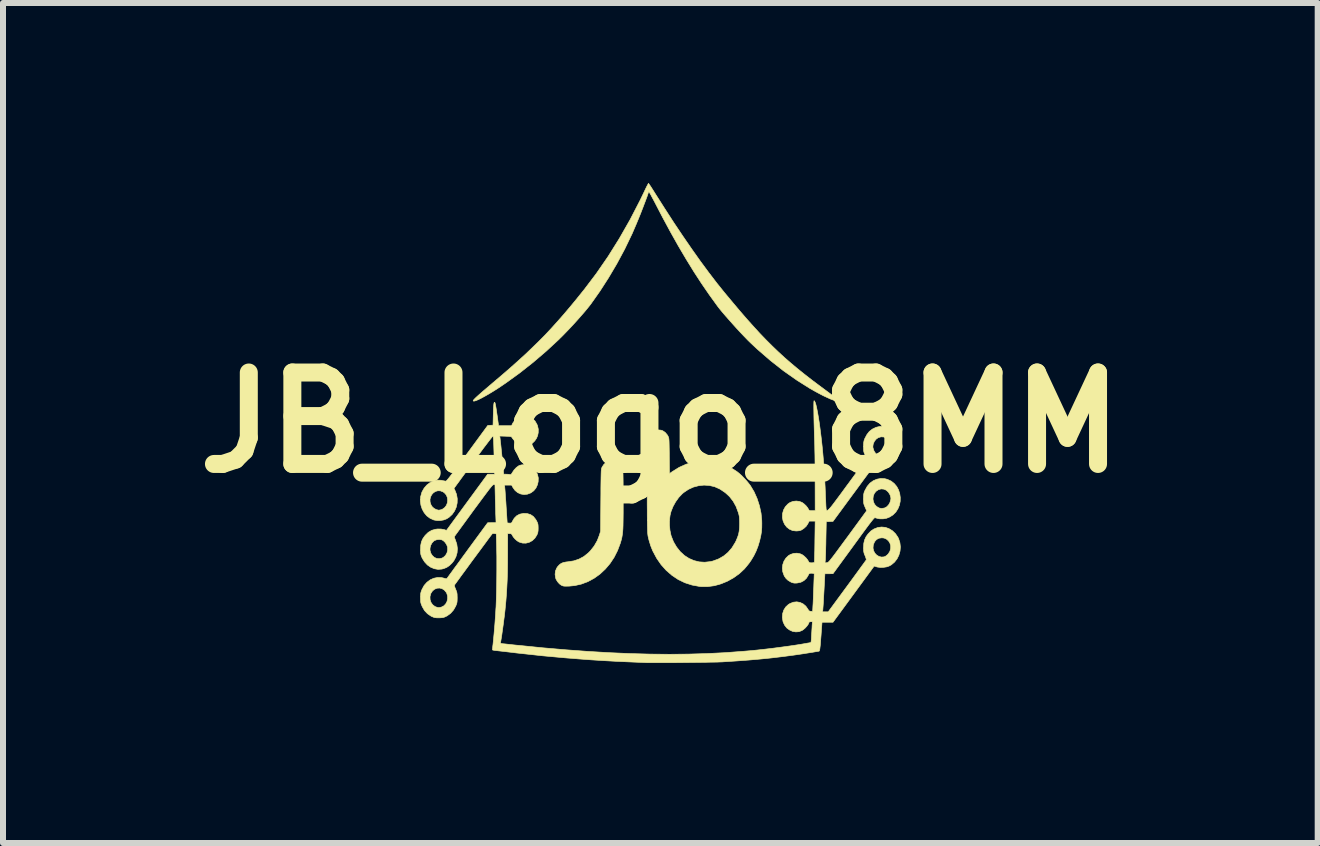
<source format=kicad_pcb>
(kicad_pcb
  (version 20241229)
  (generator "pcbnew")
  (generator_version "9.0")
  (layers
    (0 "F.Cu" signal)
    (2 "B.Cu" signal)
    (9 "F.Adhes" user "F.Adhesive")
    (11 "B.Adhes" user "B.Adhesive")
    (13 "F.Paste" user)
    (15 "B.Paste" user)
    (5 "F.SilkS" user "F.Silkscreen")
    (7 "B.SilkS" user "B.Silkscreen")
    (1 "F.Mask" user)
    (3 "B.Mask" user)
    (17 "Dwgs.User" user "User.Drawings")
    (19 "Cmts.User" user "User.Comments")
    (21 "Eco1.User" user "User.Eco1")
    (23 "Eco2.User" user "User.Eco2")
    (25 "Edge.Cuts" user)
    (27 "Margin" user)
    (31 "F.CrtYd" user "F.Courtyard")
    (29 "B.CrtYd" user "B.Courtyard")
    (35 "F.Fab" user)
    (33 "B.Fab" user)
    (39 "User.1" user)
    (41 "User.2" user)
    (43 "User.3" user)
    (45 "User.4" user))
  (footprint "JB_Logo_8MM"
    (layer "F.Cu")
    (at 7.954 3.992)
    (property "Reference" "JB_Logo_8MM" (at 0 0 0) (layer "F.SilkS") (effects (font (size 1.524 1.524) (thickness 0.3))))
    (attr exclude_from_pos_files exclude_from_bom)
    (fp_poly (pts (xy -0.759 0.639) (xy -0.725 0.65) (xy -0.723 0.651) (xy -0.692 0.674) (xy -0.663 0.706) (xy -0.64 0.742) (xy -0.627 0.773) (xy -0.625 0.788) (xy -0.624 0.82) (xy -0.622 0.867) (xy -0.621 0.928) (xy -0.62 1.002) (xy -0.62 1.087) (xy -0.619 1.184) (xy -0.619 1.29) (xy -0.619 1.291) (xy -0.619 1.405) (xy -0.619 1.502) (xy -0.62 1.586) (xy -0.621 1.657) (xy -0.622 1.718) (xy -0.624 1.769) (xy -0.627 1.812) (xy -0.631 1.85) (xy -0.636 1.883) (xy -0.641 1.913) (xy -0.648 1.943) (xy -0.656 1.973) (xy -0.666 2.005) (xy -0.667 2.01) (xy -0.713 2.132) (xy -0.77 2.245) (xy -0.839 2.349) (xy -0.918 2.442) (xy -1.006 2.524) (xy -1.102 2.593) (xy -1.205 2.649) (xy -1.313 2.69) (xy -1.425 2.716) (xy -1.516 2.725) (xy -1.559 2.726) (xy -1.591 2.726) (xy -1.613 2.724) (xy -1.63 2.719) (xy -1.646 2.712) (xy -1.647 2.712) (xy -1.681 2.688) (xy -1.712 2.653) (xy -1.736 2.614) (xy -1.745 2.59) (xy -1.754 2.53) (xy -1.748 2.474) (xy -1.726 2.423) (xy -1.71 2.399) (xy -1.682 2.369) (xy -1.653 2.347) (xy -1.617 2.332) (xy -1.572 2.323) (xy -1.536 2.319) (xy -1.441 2.304) (xy -1.356 2.275) (xy -1.277 2.233) (xy -1.204 2.175) (xy -1.166 2.137) (xy -1.102 2.056) (xy -1.051 1.967) (xy -1.017 1.879) (xy -0.996 1.811) (xy -0.992 1.294) (xy -0.991 1.187) (xy -0.991 1.095) (xy -0.99 1.018) (xy -0.989 0.954) (xy -0.988 0.902) (xy -0.987 0.86) (xy -0.986 0.828) (xy -0.985 0.803) (xy -0.983 0.784) (xy -0.981 0.77) (xy -0.978 0.76) (xy -0.975 0.751) (xy -0.972 0.744) (xy -0.971 0.742) (xy -0.942 0.698) (xy -0.903 0.662) (xy -0.875 0.646) (xy -0.841 0.637) (xy -0.8 0.634) (xy -0.759 0.639)) (stroke (width 0.01) (type solid)) (fill yes) (layer "F.SilkS"))
    (fp_poly (pts (xy -0.192 -3.98) (xy -0.179 -3.961) (xy -0.159 -3.932) (xy -0.135 -3.894) (xy -0.107 -3.85) (xy -0.091 -3.824) (xy 0.068 -3.574) (xy 0.223 -3.334) (xy 0.376 -3.106) (xy 0.524 -2.891) (xy 0.667 -2.689) (xy 0.806 -2.501) (xy 0.939 -2.327) (xy 1.066 -2.169) (xy 1.071 -2.163) (xy 1.202 -2.006) (xy 1.324 -1.861) (xy 1.44 -1.727) (xy 1.55 -1.604) (xy 1.656 -1.488) (xy 1.76 -1.38) (xy 1.862 -1.278) (xy 1.964 -1.18) (xy 2.067 -1.085) (xy 2.174 -0.992) (xy 2.285 -0.899) (xy 2.401 -0.806) (xy 2.524 -0.71) (xy 2.656 -0.611) (xy 2.762 -0.532) (xy 2.811 -0.496) (xy 2.855 -0.463) (xy 2.895 -0.433) (xy 2.927 -0.407) (xy 2.949 -0.389) (xy 2.96 -0.379) (xy 2.979 -0.356) (xy 2.955 -0.356) (xy 2.928 -0.36) (xy 2.889 -0.372) (xy 2.839 -0.391) (xy 2.782 -0.417) (xy 2.717 -0.447) (xy 2.648 -0.483) (xy 2.576 -0.522) (xy 2.502 -0.564) (xy 2.496 -0.567) (xy 2.274 -0.707) (xy 2.052 -0.863) (xy 1.832 -1.036) (xy 1.614 -1.225) (xy 1.506 -1.326) (xy 1.457 -1.374) (xy 1.402 -1.431) (xy 1.341 -1.495) (xy 1.277 -1.564) (xy 1.213 -1.635) (xy 1.15 -1.706) (xy 1.09 -1.774) (xy 1.035 -1.838) (xy 0.988 -1.895) (xy 0.951 -1.943) (xy 0.949 -1.946) (xy 0.818 -2.127) (xy 0.688 -2.316) (xy 0.559 -2.514) (xy 0.431 -2.722) (xy 0.301 -2.942) (xy 0.17 -3.175) (xy 0.036 -3.423) (xy -0.074 -3.635) (xy -0.109 -3.702) (xy -0.137 -3.754) (xy -0.158 -3.794) (xy -0.174 -3.821) (xy -0.185 -3.838) (xy -0.192 -3.845) (xy -0.196 -3.843) (xy -0.22 -3.771) (xy -0.251 -3.688) (xy -0.286 -3.596) (xy -0.323 -3.5) (xy -0.362 -3.403) (xy -0.401 -3.309) (xy -0.438 -3.223) (xy -0.471 -3.146) (xy -0.476 -3.136) (xy -0.595 -2.889) (xy -0.725 -2.647) (xy -0.864 -2.412) (xy -1.009 -2.187) (xy -1.158 -1.976) (xy -1.178 -1.95) (xy -1.215 -1.904) (xy -1.261 -1.848) (xy -1.315 -1.786) (xy -1.374 -1.719) (xy -1.437 -1.649) (xy -1.501 -1.58) (xy -1.565 -1.513) (xy -1.625 -1.451) (xy -1.681 -1.396) (xy -1.688 -1.388) (xy -1.9 -1.192) (xy -2.121 -1.003) (xy -2.348 -0.824) (xy -2.578 -0.658) (xy -2.647 -0.611) (xy -2.722 -0.561) (xy -2.794 -0.516) (xy -2.862 -0.475) (xy -2.925 -0.439) (xy -2.98 -0.409) (xy -3.028 -0.385) (xy -3.067 -0.368) (xy -3.096 -0.359) (xy -3.114 -0.358) (xy -3.119 -0.364) (xy -3.116 -0.372) (xy -3.104 -0.386) (xy -3.084 -0.407) (xy -3.054 -0.435) (xy -3.015 -0.47) (xy -2.965 -0.514) (xy -2.903 -0.567) (xy -2.83 -0.629) (xy -2.794 -0.66) (xy -2.642 -0.789) (xy -2.501 -0.911) (xy -2.371 -1.027) (xy -2.249 -1.138) (xy -2.135 -1.247) (xy -2.026 -1.353) (xy -1.92 -1.46) (xy -1.818 -1.569) (xy -1.716 -1.682) (xy -1.613 -1.799) (xy -1.508 -1.923) (xy -1.399 -2.055) (xy -1.285 -2.197) (xy -1.271 -2.214) (xy -1.066 -2.485) (xy -0.87 -2.769) (xy -0.683 -3.068) (xy -0.505 -3.38) (xy -0.336 -3.707) (xy -0.269 -3.846) (xy -0.248 -3.891) (xy -0.229 -3.93) (xy -0.213 -3.96) (xy -0.202 -3.98) (xy -0.198 -3.987) (xy -0.192 -3.98)) (stroke (width 0.01) (type solid)) (fill yes) (layer "F.SilkS"))
    (fp_poly (pts (xy 0.009 0.126) (xy 0.038 0.135) (xy 0.081 0.164) (xy 0.117 0.207) (xy 0.13 0.23) (xy 0.134 0.24) (xy 0.138 0.251) (xy 0.141 0.264) (xy 0.143 0.282) (xy 0.145 0.306) (xy 0.146 0.339) (xy 0.147 0.382) (xy 0.148 0.438) (xy 0.149 0.507) (xy 0.149 0.558) (xy 0.152 0.85) (xy 0.205 0.813) (xy 0.315 0.745) (xy 0.432 0.693) (xy 0.555 0.657) (xy 0.612 0.646) (xy 0.73 0.636) (xy 0.848 0.643) (xy 0.964 0.666) (xy 1.079 0.706) (xy 1.191 0.762) (xy 1.278 0.818) (xy 1.319 0.851) (xy 1.365 0.894) (xy 1.412 0.943) (xy 1.456 0.993) (xy 1.493 1.04) (xy 1.501 1.051) (xy 1.562 1.153) (xy 1.612 1.265) (xy 1.651 1.385) (xy 1.678 1.508) (xy 1.69 1.631) (xy 1.691 1.678) (xy 1.69 1.753) (xy 1.685 1.818) (xy 1.675 1.88) (xy 1.66 1.946) (xy 1.655 1.968) (xy 1.627 2.061) (xy 1.595 2.143) (xy 1.557 2.22) (xy 1.51 2.298) (xy 1.475 2.348) (xy 1.401 2.438) (xy 1.315 2.518) (xy 1.22 2.586) (xy 1.118 2.643) (xy 1.011 2.687) (xy 0.901 2.718) (xy 0.789 2.733) (xy 0.679 2.733) (xy 0.651 2.73) (xy 0.527 2.707) (xy 0.409 2.669) (xy 0.297 2.615) (xy 0.194 2.546) (xy 0.099 2.464) (xy 0.014 2.369) (xy -0.061 2.261) (xy -0.125 2.141) (xy -0.129 2.133) (xy -0.162 2.05) (xy -0.19 1.957) (xy -0.204 1.898) (xy -0.206 1.886) (xy -0.208 1.872) (xy -0.21 1.854) (xy -0.212 1.832) (xy -0.213 1.805) (xy -0.214 1.771) (xy -0.215 1.729) (xy -0.216 1.71) (xy 0.152 1.71) (xy 0.16 1.794) (xy 0.176 1.872) (xy 0.18 1.887) (xy 0.219 1.986) (xy 0.27 2.073) (xy 0.33 2.149) (xy 0.399 2.213) (xy 0.476 2.263) (xy 0.559 2.299) (xy 0.647 2.321) (xy 0.738 2.327) (xy 0.832 2.317) (xy 0.876 2.307) (xy 0.97 2.272) (xy 1.054 2.224) (xy 1.129 2.162) (xy 1.194 2.086) (xy 1.248 1.998) (xy 1.261 1.973) (xy 1.285 1.916) (xy 1.303 1.864) (xy 1.313 1.813) (xy 1.319 1.756) (xy 1.321 1.688) (xy 1.321 1.681) (xy 1.32 1.631) (xy 1.318 1.593) (xy 1.315 1.562) (xy 1.309 1.533) (xy 1.3 1.501) (xy 1.299 1.498) (xy 1.262 1.398) (xy 1.213 1.31) (xy 1.153 1.233) (xy 1.081 1.167) (xy 0.996 1.11) (xy 0.985 1.104) (xy 0.904 1.068) (xy 0.817 1.048) (xy 0.728 1.042) (xy 0.638 1.052) (xy 0.55 1.075) (xy 0.467 1.113) (xy 0.39 1.165) (xy 0.365 1.186) (xy 0.306 1.248) (xy 0.254 1.321) (xy 0.21 1.401) (xy 0.177 1.485) (xy 0.162 1.546) (xy 0.152 1.625) (xy 0.152 1.71) (xy -0.216 1.71) (xy -0.216 1.678) (xy -0.217 1.617) (xy -0.218 1.544) (xy -0.218 1.46) (xy -0.219 1.361) (xy -0.219 1.248) (xy -0.22 1.12) (xy -0.22 1.068) (xy -0.221 0.924) (xy -0.221 0.796) (xy -0.221 0.684) (xy -0.221 0.586) (xy -0.221 0.504) (xy -0.22 0.434) (xy -0.219 0.378) (xy -0.218 0.333) (xy -0.217 0.3) (xy -0.216 0.277) (xy -0.214 0.264) (xy -0.214 0.263) (xy -0.197 0.223) (xy -0.17 0.184) (xy -0.137 0.152) (xy -0.116 0.138) (xy -0.078 0.126) (xy -0.034 0.122) (xy 0.009 0.126)) (stroke (width 0.01) (type solid)) (fill yes) (layer "F.SilkS"))
    (fp_poly (pts (xy 2.571 -0.356) (xy 2.582 -0.332) (xy 2.594 -0.293) (xy 2.606 -0.24) (xy 2.619 -0.175) (xy 2.632 -0.099) (xy 2.646 -0.013) (xy 2.659 0.081) (xy 2.672 0.183) (xy 2.685 0.29) (xy 2.697 0.403) (xy 2.707 0.507) (xy 2.716 0.613) (xy 2.724 0.728) (xy 2.732 0.848) (xy 2.74 0.966) (xy 2.746 1.078) (xy 2.75 1.179) (xy 2.75 1.181) (xy 2.752 1.235) (xy 2.755 1.291) (xy 2.757 1.343) (xy 2.759 1.385) (xy 2.759 1.388) (xy 2.761 1.413) (xy 2.762 1.433) (xy 2.765 1.45) (xy 2.769 1.46) (xy 2.775 1.465) (xy 2.784 1.464) (xy 2.797 1.455) (xy 2.814 1.438) (xy 2.837 1.413) (xy 2.865 1.378) (xy 2.899 1.333) (xy 2.941 1.277) (xy 2.991 1.21) (xy 3.049 1.131) (xy 3.116 1.039) (xy 3.122 1.032) (xy 3.438 0.6) (xy 3.412 0.541) (xy 3.399 0.512) (xy 3.391 0.488) (xy 3.387 0.463) (xy 3.386 0.431) (xy 3.385 0.4) (xy 3.385 0.397) (xy 3.541 0.397) (xy 3.543 0.419) (xy 3.56 0.472) (xy 3.587 0.513) (xy 3.623 0.542) (xy 3.665 0.558) (xy 3.711 0.558) (xy 3.759 0.542) (xy 3.76 0.541) (xy 3.795 0.515) (xy 3.821 0.477) (xy 3.833 0.445) (xy 3.841 0.404) (xy 3.838 0.369) (xy 3.827 0.334) (xy 3.8 0.29) (xy 3.765 0.258) (xy 3.724 0.24) (xy 3.679 0.237) (xy 3.634 0.25) (xy 3.631 0.251) (xy 3.595 0.277) (xy 3.567 0.312) (xy 3.548 0.354) (xy 3.541 0.397) (xy 3.385 0.397) (xy 3.386 0.358) (xy 3.389 0.327) (xy 3.394 0.302) (xy 3.403 0.276) (xy 3.407 0.266) (xy 3.442 0.2) (xy 3.483 0.147) (xy 3.534 0.108) (xy 3.594 0.079) (xy 3.661 0.063) (xy 3.727 0.063) (xy 3.79 0.078) (xy 3.849 0.108) (xy 3.9 0.15) (xy 3.943 0.204) (xy 3.976 0.27) (xy 3.985 0.297) (xy 3.999 0.369) (xy 3.998 0.438) (xy 3.984 0.505) (xy 3.959 0.566) (xy 3.923 0.62) (xy 3.879 0.666) (xy 3.828 0.702) (xy 3.77 0.726) (xy 3.709 0.737) (xy 3.644 0.732) (xy 3.615 0.725) (xy 3.587 0.718) (xy 3.571 0.714) (xy 3.561 0.716) (xy 3.554 0.723) (xy 3.552 0.726) (xy 3.545 0.736) (xy 3.529 0.758) (xy 3.505 0.791) (xy 3.474 0.834) (xy 3.436 0.886) (xy 3.392 0.945) (xy 3.343 1.012) (xy 3.291 1.083) (xy 3.235 1.159) (xy 3.209 1.194) (xy 2.877 1.646) (xy 2.821 1.649) (xy 2.765 1.651) (xy 2.759 1.948) (xy 2.758 2.021) (xy 2.756 2.09) (xy 2.755 2.152) (xy 2.753 2.207) (xy 2.751 2.25) (xy 2.75 2.28) (xy 2.749 2.292) (xy 2.744 2.338) (xy 2.775 2.335) (xy 2.781 2.334) (xy 2.788 2.332) (xy 2.795 2.328) (xy 2.803 2.321) (xy 2.815 2.309) (xy 2.829 2.293) (xy 2.847 2.27) (xy 2.87 2.241) (xy 2.899 2.203) (xy 2.934 2.156) (xy 2.976 2.099) (xy 3.026 2.031) (xy 3.085 1.951) (xy 3.122 1.901) (xy 3.438 1.469) (xy 3.412 1.41) (xy 3.399 1.38) (xy 3.391 1.356) (xy 3.387 1.331) (xy 3.386 1.3) (xy 3.385 1.274) (xy 3.543 1.274) (xy 3.551 1.32) (xy 3.57 1.362) (xy 3.602 1.397) (xy 3.605 1.399) (xy 3.645 1.423) (xy 3.686 1.431) (xy 3.731 1.424) (xy 3.734 1.424) (xy 3.772 1.404) (xy 3.804 1.371) (xy 3.827 1.329) (xy 3.84 1.282) (xy 3.842 1.26) (xy 3.838 1.238) (xy 3.83 1.211) (xy 3.827 1.203) (xy 3.8 1.159) (xy 3.765 1.127) (xy 3.724 1.109) (xy 3.679 1.105) (xy 3.634 1.118) (xy 3.631 1.12) (xy 3.592 1.147) (xy 3.564 1.184) (xy 3.548 1.228) (xy 3.543 1.274) (xy 3.385 1.274) (xy 3.385 1.268) (xy 3.386 1.227) (xy 3.388 1.198) (xy 3.393 1.173) (xy 3.402 1.147) (xy 3.411 1.128) (xy 3.447 1.063) (xy 3.493 1.009) (xy 3.548 0.969) (xy 3.609 0.943) (xy 3.674 0.931) (xy 3.741 0.935) (xy 3.783 0.946) (xy 3.846 0.975) (xy 3.897 1.015) (xy 3.939 1.065) (xy 3.969 1.121) (xy 3.989 1.183) (xy 3.998 1.247) (xy 3.997 1.312) (xy 3.984 1.376) (xy 3.959 1.436) (xy 3.924 1.491) (xy 3.877 1.538) (xy 3.822 1.573) (xy 3.77 1.594) (xy 3.713 1.604) (xy 3.659 1.604) (xy 3.627 1.599) (xy 3.602 1.592) (xy 3.581 1.586) (xy 3.576 1.585) (xy 3.571 1.586) (xy 3.563 1.593) (xy 3.551 1.605) (xy 3.535 1.624) (xy 3.514 1.65) (xy 3.487 1.685) (xy 3.454 1.729) (xy 3.414 1.783) (xy 3.366 1.848) (xy 3.31 1.925) (xy 3.245 2.014) (xy 3.219 2.05) (xy 2.877 2.518) (xy 2.81 2.519) (xy 2.742 2.519) (xy 2.728 2.786) (xy 2.724 2.855) (xy 2.72 2.921) (xy 2.717 2.981) (xy 2.714 3.032) (xy 2.711 3.072) (xy 2.709 3.098) (xy 2.709 3.103) (xy 2.704 3.153) (xy 2.798 3.153) (xy 3.112 2.726) (xy 3.167 2.651) (xy 3.219 2.58) (xy 3.267 2.514) (xy 3.311 2.454) (xy 3.349 2.401) (xy 3.381 2.358) (xy 3.406 2.323) (xy 3.423 2.3) (xy 3.431 2.289) (xy 3.431 2.288) (xy 3.431 2.276) (xy 3.424 2.252) (xy 3.413 2.222) (xy 3.411 2.218) (xy 3.398 2.187) (xy 3.391 2.161) (xy 3.387 2.134) (xy 3.386 2.099) (xy 3.386 2.091) (xy 3.544 2.091) (xy 3.554 2.136) (xy 3.575 2.176) (xy 3.605 2.208) (xy 3.642 2.23) (xy 3.683 2.241) (xy 3.726 2.238) (xy 3.749 2.229) (xy 3.77 2.215) (xy 3.793 2.194) (xy 3.799 2.187) (xy 3.826 2.143) (xy 3.838 2.096) (xy 3.838 2.05) (xy 3.825 2.008) (xy 3.802 1.971) (xy 3.769 1.942) (xy 3.728 1.924) (xy 3.691 1.92) (xy 3.642 1.927) (xy 3.602 1.949) (xy 3.571 1.984) (xy 3.55 2.033) (xy 3.548 2.043) (xy 3.544 2.091) (xy 3.386 2.091) (xy 3.386 2.08) (xy 3.39 2.012) (xy 3.404 1.954) (xy 3.428 1.902) (xy 3.462 1.855) (xy 3.508 1.807) (xy 3.558 1.774) (xy 3.616 1.751) (xy 3.621 1.749) (xy 3.686 1.74) (xy 3.75 1.746) (xy 3.811 1.768) (xy 3.868 1.803) (xy 3.918 1.851) (xy 3.958 1.91) (xy 3.97 1.934) (xy 3.992 2.002) (xy 4 2.072) (xy 3.994 2.142) (xy 3.975 2.209) (xy 3.944 2.271) (xy 3.902 2.325) (xy 3.849 2.37) (xy 3.813 2.39) (xy 3.772 2.404) (xy 3.721 2.412) (xy 3.669 2.414) (xy 3.621 2.408) (xy 3.604 2.404) (xy 3.563 2.391) (xy 2.877 3.327) (xy 2.785 3.327) (xy 2.694 3.327) (xy 2.684 3.459) (xy 2.678 3.546) (xy 2.672 3.618) (xy 2.668 3.675) (xy 2.664 3.719) (xy 2.66 3.752) (xy 2.657 3.776) (xy 2.654 3.792) (xy 2.65 3.802) (xy 2.647 3.807) (xy 2.644 3.809) (xy 2.633 3.811) (xy 2.609 3.815) (xy 2.573 3.821) (xy 2.527 3.829) (xy 2.475 3.837) (xy 2.417 3.846) (xy 2.409 3.848) (xy 2.224 3.875) (xy 2.042 3.899) (xy 1.858 3.921) (xy 1.671 3.94) (xy 1.477 3.957) (xy 1.274 3.972) (xy 1.058 3.986) (xy 1.032 3.988) (xy 0.998 3.989) (xy 0.95 3.991) (xy 0.89 3.992) (xy 0.82 3.993) (xy 0.741 3.995) (xy 0.654 3.996) (xy 0.563 3.997) (xy 0.469 3.998) (xy 0.373 3.999) (xy 0.277 4) (xy 0.183 4.001) (xy 0.093 4.001) (xy 0.009 4.001) (xy -0.068 4.001) (xy -0.135 4.001) (xy -0.192 4.001) (xy -0.236 4) (xy -0.258 3.999) (xy -0.497 3.989) (xy -0.724 3.979) (xy -0.94 3.967) (xy -1.148 3.954) (xy -1.352 3.939) (xy -1.554 3.923) (xy -1.756 3.905) (xy -1.963 3.886) (xy -2.175 3.863) (xy -2.397 3.839) (xy -2.469 3.83) (xy -2.53 3.823) (xy -2.588 3.816) (xy -2.641 3.81) (xy -2.687 3.805) (xy -2.722 3.801) (xy -2.744 3.799) (xy -2.745 3.799) (xy -2.771 3.795) (xy -2.79 3.791) (xy -2.797 3.788) (xy -2.797 3.778) (xy -2.795 3.754) (xy -2.792 3.722) (xy -2.789 3.701) (xy -2.784 3.652) (xy -2.778 3.59) (xy -2.771 3.517) (xy -2.764 3.436) (xy -2.757 3.352) (xy -2.751 3.268) (xy -2.745 3.186) (xy -2.741 3.11) (xy -2.738 3.071) (xy -2.735 2.991) (xy -2.732 2.896) (xy -2.729 2.791) (xy -2.727 2.68) (xy -2.726 2.565) (xy -2.725 2.449) (xy -2.725 2.338) (xy -2.725 2.233) (xy -2.727 2.138) (xy -2.728 2.076) (xy -2.734 1.855) (xy -2.762 1.849) (xy -2.788 1.848) (xy -2.801 1.853) (xy -2.807 1.861) (xy -2.823 1.881) (xy -2.846 1.912) (xy -2.876 1.952) (xy -2.911 2) (xy -2.951 2.054) (xy -2.995 2.114) (xy -3.042 2.177) (xy -3.09 2.242) (xy -3.139 2.308) (xy -3.187 2.374) (xy -3.233 2.437) (xy -3.277 2.497) (xy -3.318 2.552) (xy -3.353 2.601) (xy -3.383 2.642) (xy -3.406 2.674) (xy -3.422 2.695) (xy -3.427 2.703) (xy -3.431 2.713) (xy -3.43 2.727) (xy -3.422 2.75) (xy -3.411 2.777) (xy -3.399 2.807) (xy -3.391 2.832) (xy -3.387 2.858) (xy -3.386 2.891) (xy -3.385 2.919) (xy -3.386 2.96) (xy -3.388 2.99) (xy -3.393 3.015) (xy -3.403 3.041) (xy -3.41 3.058) (xy -3.446 3.122) (xy -3.494 3.177) (xy -3.552 3.22) (xy -3.564 3.226) (xy -3.591 3.239) (xy -3.613 3.247) (xy -3.637 3.251) (xy -3.668 3.253) (xy -3.691 3.253) (xy -3.728 3.253) (xy -3.756 3.25) (xy -3.778 3.244) (xy -3.802 3.234) (xy -3.82 3.226) (xy -3.88 3.185) (xy -3.93 3.132) (xy -3.968 3.066) (xy -3.971 3.059) (xy -3.983 3.03) (xy -3.991 3.005) (xy -3.995 2.979) (xy -3.996 2.945) (xy -3.997 2.919) (xy -3.996 2.902) (xy -3.839 2.902) (xy -3.837 2.951) (xy -3.822 2.996) (xy -3.795 3.035) (xy -3.757 3.064) (xy -3.741 3.071) (xy -3.711 3.081) (xy -3.685 3.082) (xy -3.654 3.076) (xy -3.647 3.074) (xy -3.608 3.054) (xy -3.577 3.022) (xy -3.555 2.981) (xy -3.545 2.935) (xy -3.546 2.888) (xy -3.56 2.843) (xy -3.567 2.83) (xy -3.599 2.792) (xy -3.637 2.768) (xy -3.678 2.757) (xy -3.721 2.76) (xy -3.761 2.776) (xy -3.796 2.804) (xy -3.823 2.845) (xy -3.827 2.853) (xy -3.839 2.902) (xy -3.996 2.902) (xy -3.996 2.878) (xy -3.994 2.848) (xy -3.988 2.823) (xy -3.979 2.797) (xy -3.971 2.778) (xy -3.936 2.714) (xy -3.89 2.662) (xy -3.836 2.621) (xy -3.776 2.594) (xy -3.712 2.581) (xy -3.647 2.583) (xy -3.608 2.592) (xy -3.582 2.6) (xy -3.567 2.602) (xy -3.558 2.599) (xy -3.553 2.594) (xy -3.547 2.585) (xy -3.531 2.563) (xy -3.508 2.531) (xy -3.476 2.488) (xy -3.439 2.436) (xy -3.395 2.377) (xy -3.347 2.311) (xy -3.295 2.239) (xy -3.239 2.163) (xy -3.211 2.124) (xy -2.877 1.669) (xy -2.808 1.668) (xy -2.738 1.668) (xy -2.742 1.557) (xy -2.744 1.515) (xy -2.745 1.46) (xy -2.747 1.396) (xy -2.749 1.328) (xy -2.751 1.26) (xy -2.751 1.24) (xy -2.756 1.034) (xy -2.777 1.034) (xy -2.783 1.035) (xy -2.79 1.04) (xy -2.8 1.049) (xy -2.813 1.063) (xy -2.83 1.084) (xy -2.852 1.111) (xy -2.879 1.147) (xy -2.913 1.192) (xy -2.954 1.247) (xy -3.003 1.313) (xy -3.06 1.39) (xy -3.112 1.46) (xy -3.167 1.536) (xy -3.219 1.607) (xy -3.267 1.673) (xy -3.311 1.733) (xy -3.349 1.785) (xy -3.381 1.829) (xy -3.406 1.863) (xy -3.423 1.887) (xy -3.431 1.898) (xy -3.431 1.898) (xy -3.431 1.912) (xy -3.424 1.935) (xy -3.417 1.952) (xy -3.392 2.025) (xy -3.382 2.098) (xy -3.387 2.17) (xy -3.407 2.238) (xy -3.441 2.302) (xy -3.472 2.341) (xy -3.517 2.384) (xy -3.562 2.414) (xy -3.613 2.434) (xy -3.641 2.441) (xy -3.704 2.446) (xy -3.767 2.435) (xy -3.827 2.41) (xy -3.882 2.372) (xy -3.929 2.321) (xy -3.967 2.261) (xy -3.975 2.243) (xy -3.985 2.218) (xy -3.992 2.194) (xy -3.995 2.168) (xy -3.996 2.133) (xy -3.996 2.126) (xy -3.839 2.126) (xy -3.825 2.176) (xy -3.8 2.216) (xy -3.767 2.246) (xy -3.727 2.264) (xy -3.683 2.268) (xy -3.638 2.258) (xy -3.614 2.245) (xy -3.58 2.214) (xy -3.556 2.172) (xy -3.544 2.125) (xy -3.546 2.076) (xy -3.548 2.068) (xy -3.563 2.031) (xy -3.587 1.996) (xy -3.616 1.968) (xy -3.641 1.954) (xy -3.68 1.947) (xy -3.723 1.951) (xy -3.762 1.965) (xy -3.774 1.973) (xy -3.804 2.004) (xy -3.826 2.044) (xy -3.838 2.089) (xy -3.839 2.126) (xy -3.996 2.126) (xy -3.996 2.107) (xy -3.993 2.043) (xy -3.982 1.99) (xy -3.963 1.943) (xy -3.932 1.897) (xy -3.918 1.879) (xy -3.867 1.829) (xy -3.809 1.795) (xy -3.744 1.777) (xy -3.71 1.773) (xy -3.654 1.774) (xy -3.609 1.782) (xy -3.604 1.783) (xy -3.564 1.796) (xy -3.221 1.328) (xy -2.878 0.86) (xy -2.76 0.86) (xy -2.765 0.732) (xy -2.767 0.682) (xy -2.769 0.62) (xy -2.771 0.551) (xy -2.773 0.481) (xy -2.775 0.415) (xy -2.777 0.35) (xy -2.779 0.301) (xy -2.782 0.266) (xy -2.784 0.243) (xy -2.787 0.23) (xy -2.791 0.226) (xy -2.791 0.226) (xy -2.798 0.232) (xy -2.813 0.251) (xy -2.837 0.282) (xy -2.868 0.322) (xy -2.905 0.371) (xy -2.948 0.427) (xy -2.995 0.491) (xy -3.045 0.559) (xy -3.089 0.619) (xy -3.143 0.692) (xy -3.194 0.762) (xy -3.243 0.828) (xy -3.287 0.888) (xy -3.326 0.941) (xy -3.358 0.986) (xy -3.384 1.021) (xy -3.401 1.044) (xy -3.408 1.054) (xy -3.439 1.096) (xy -3.423 1.128) (xy -3.396 1.197) (xy -3.384 1.269) (xy -3.386 1.34) (xy -3.401 1.409) (xy -3.429 1.473) (xy -3.469 1.53) (xy -3.521 1.578) (xy -3.562 1.604) (xy -3.609 1.622) (xy -3.664 1.632) (xy -3.721 1.632) (xy -3.774 1.623) (xy -3.779 1.621) (xy -3.84 1.593) (xy -3.893 1.553) (xy -3.936 1.501) (xy -3.969 1.441) (xy -3.99 1.376) (xy -3.999 1.307) (xy -3.998 1.28) (xy -3.839 1.28) (xy -3.837 1.324) (xy -3.823 1.368) (xy -3.804 1.4) (xy -3.774 1.428) (xy -3.736 1.449) (xy -3.698 1.459) (xy -3.691 1.459) (xy -3.665 1.455) (xy -3.637 1.446) (xy -3.631 1.443) (xy -3.593 1.416) (xy -3.565 1.379) (xy -3.549 1.337) (xy -3.544 1.292) (xy -3.55 1.247) (xy -3.568 1.205) (xy -3.598 1.171) (xy -3.622 1.154) (xy -3.666 1.137) (xy -3.708 1.136) (xy -3.747 1.147) (xy -3.782 1.17) (xy -3.809 1.2) (xy -3.829 1.238) (xy -3.839 1.28) (xy -3.998 1.28) (xy -3.995 1.236) (xy -3.976 1.167) (xy -3.971 1.154) (xy -3.936 1.092) (xy -3.891 1.04) (xy -3.838 1) (xy -3.779 0.972) (xy -3.717 0.959) (xy -3.654 0.961) (xy -3.641 0.964) (xy -3.612 0.97) (xy -3.588 0.974) (xy -3.575 0.976) (xy -3.57 0.973) (xy -3.56 0.965) (xy -3.546 0.949) (xy -3.526 0.925) (xy -3.501 0.893) (xy -3.469 0.851) (xy -3.43 0.8) (xy -3.383 0.737) (xy -3.328 0.663) (xy -3.265 0.577) (xy -3.217 0.513) (xy -2.876 0.048) (xy -2.832 0.045) (xy -2.788 0.043) (xy -2.784 -0.129) (xy -2.782 -0.197) (xy -2.78 -0.25) (xy -2.777 -0.289) (xy -2.774 -0.315) (xy -2.77 -0.331) (xy -2.765 -0.338) (xy -2.762 -0.339) (xy -2.758 -0.335) (xy -2.753 -0.322) (xy -2.748 -0.298) (xy -2.741 -0.262) (xy -2.733 -0.213) (xy -2.724 -0.149) (xy -2.717 -0.102) (xy -2.696 0.052) (xy -2.588 0.052) (xy -2.48 0.052) (xy -2.457 0.006) (xy -2.422 -0.043) (xy -2.377 -0.08) (xy -2.325 -0.103) (xy -2.266 -0.112) (xy -2.241 -0.111) (xy -2.183 -0.097) (xy -2.132 -0.069) (xy -2.089 -0.027) (xy -2.057 0.028) (xy -2.047 0.052) (xy -2.034 0.11) (xy -2.035 0.169) (xy -2.045 0.217) (xy -2.064 0.262) (xy -2.094 0.306) (xy -2.132 0.343) (xy -2.173 0.37) (xy -2.191 0.377) (xy -2.251 0.39) (xy -2.307 0.386) (xy -2.358 0.366) (xy -2.405 0.329) (xy -2.42 0.314) (xy -2.442 0.289) (xy -2.461 0.266) (xy -2.472 0.249) (xy -2.473 0.248) (xy -2.479 0.24) (xy -2.487 0.235) (xy -2.502 0.232) (xy -2.526 0.229) (xy -2.562 0.228) (xy -2.58 0.227) (xy -2.677 0.224) (xy -2.672 0.253) (xy -2.67 0.269) (xy -2.667 0.299) (xy -2.662 0.342) (xy -2.656 0.395) (xy -2.65 0.457) (xy -2.643 0.524) (xy -2.636 0.595) (xy -2.629 0.667) (xy -2.622 0.738) (xy -2.615 0.806) (xy -2.615 0.81) (xy -2.61 0.86) (xy -2.572 0.86) (xy -2.543 0.861) (xy -2.517 0.864) (xy -2.51 0.865) (xy -2.496 0.867) (xy -2.485 0.861) (xy -2.474 0.845) (xy -2.466 0.832) (xy -2.438 0.79) (xy -2.402 0.751) (xy -2.363 0.722) (xy -2.352 0.716) (xy -2.32 0.706) (xy -2.277 0.701) (xy -2.262 0.701) (xy -2.227 0.702) (xy -2.2 0.706) (xy -2.175 0.716) (xy -2.162 0.723) (xy -2.112 0.76) (xy -2.074 0.807) (xy -2.048 0.862) (xy -2.034 0.922) (xy -2.036 0.984) (xy -2.048 1.036) (xy -2.074 1.092) (xy -2.11 1.136) (xy -2.158 1.171) (xy -2.16 1.172) (xy -2.215 1.193) (xy -2.271 1.199) (xy -2.326 1.19) (xy -2.377 1.167) (xy -2.421 1.131) (xy -2.456 1.083) (xy -2.457 1.081) (xy -2.478 1.042) (xy -2.596 1.042) (xy -2.591 1.097) (xy -2.589 1.119) (xy -2.586 1.156) (xy -2.583 1.206) (xy -2.579 1.264) (xy -2.574 1.328) (xy -2.57 1.396) (xy -2.569 1.412) (xy -2.552 1.672) (xy -2.516 1.675) (xy -2.493 1.675) (xy -2.48 1.671) (xy -2.471 1.658) (xy -2.467 1.648) (xy -2.435 1.594) (xy -2.394 1.553) (xy -2.344 1.526) (xy -2.284 1.514) (xy -2.282 1.513) (xy -2.219 1.516) (xy -2.163 1.533) (xy -2.116 1.565) (xy -2.077 1.613) (xy -2.06 1.643) (xy -2.047 1.67) (xy -2.04 1.693) (xy -2.037 1.72) (xy -2.036 1.758) (xy -2.036 1.759) (xy -2.037 1.799) (xy -2.041 1.828) (xy -2.049 1.853) (xy -2.057 1.873) (xy -2.091 1.926) (xy -2.134 1.967) (xy -2.185 1.995) (xy -2.239 2.009) (xy -2.296 2.008) (xy -2.352 1.991) (xy -2.355 1.99) (xy -2.388 1.969) (xy -2.422 1.939) (xy -2.451 1.905) (xy -2.47 1.872) (xy -2.47 1.872) (xy -2.479 1.858) (xy -2.493 1.851) (xy -2.512 1.85) (xy -2.544 1.85) (xy -2.545 2.213) (xy -2.546 2.362) (xy -2.548 2.498) (xy -2.552 2.624) (xy -2.558 2.743) (xy -2.565 2.86) (xy -2.574 2.977) (xy -2.586 3.1) (xy -2.588 3.123) (xy -2.593 3.167) (xy -2.599 3.22) (xy -2.607 3.28) (xy -2.615 3.344) (xy -2.624 3.409) (xy -2.633 3.472) (xy -2.641 3.531) (xy -2.649 3.583) (xy -2.656 3.625) (xy -2.661 3.654) (xy -2.664 3.667) (xy -2.663 3.674) (xy -2.654 3.68) (xy -2.634 3.684) (xy -2.614 3.686) (xy -2.591 3.688) (xy -2.555 3.692) (xy -2.509 3.697) (xy -2.456 3.703) (xy -2.399 3.709) (xy -2.353 3.713) (xy -1.958 3.753) (xy -1.576 3.786) (xy -1.208 3.813) (xy -0.852 3.834) (xy -0.507 3.849) (xy -0.173 3.858) (xy 0.152 3.861) (xy 0.468 3.858) (xy 0.776 3.849) (xy 1.078 3.834) (xy 1.373 3.812) (xy 1.516 3.8) (xy 1.625 3.789) (xy 1.742 3.776) (xy 1.863 3.762) (xy 1.985 3.746) (xy 2.104 3.73) (xy 2.217 3.714) (xy 2.321 3.698) (xy 2.409 3.683) (xy 2.446 3.676) (xy 2.477 3.671) (xy 2.499 3.667) (xy 2.509 3.666) (xy 2.509 3.666) (xy 2.511 3.658) (xy 2.514 3.636) (xy 2.517 3.603) (xy 2.519 3.562) (xy 2.519 3.559) (xy 2.522 3.51) (xy 2.525 3.459) (xy 2.528 3.413) (xy 2.529 3.386) (xy 2.534 3.318) (xy 2.506 3.318) (xy 2.486 3.321) (xy 2.476 3.33) (xy 2.474 3.339) (xy 2.463 3.363) (xy 2.442 3.392) (xy 2.415 3.422) (xy 2.385 3.448) (xy 2.362 3.464) (xy 2.311 3.484) (xy 2.257 3.488) (xy 2.203 3.479) (xy 2.153 3.456) (xy 2.108 3.423) (xy 2.072 3.378) (xy 2.047 3.325) (xy 2.043 3.311) (xy 2.033 3.245) (xy 2.038 3.182) (xy 2.057 3.124) (xy 2.089 3.073) (xy 2.134 3.031) (xy 2.161 3.015) (xy 2.217 2.993) (xy 2.273 2.987) (xy 2.328 2.997) (xy 2.379 3.021) (xy 2.424 3.059) (xy 2.455 3.103) (xy 2.47 3.127) (xy 2.482 3.139) (xy 2.496 3.144) (xy 2.509 3.145) (xy 2.538 3.145) (xy 2.543 3.047) (xy 2.545 3.018) (xy 2.547 2.977) (xy 2.549 2.926) (xy 2.551 2.869) (xy 2.553 2.809) (xy 2.556 2.747) (xy 2.558 2.688) (xy 2.56 2.633) (xy 2.562 2.586) (xy 2.563 2.55) (xy 2.564 2.527) (xy 2.564 2.521) (xy 2.557 2.514) (xy 2.534 2.511) (xy 2.522 2.51) (xy 2.497 2.511) (xy 2.482 2.515) (xy 2.473 2.526) (xy 2.467 2.54) (xy 2.435 2.593) (xy 2.393 2.633) (xy 2.342 2.66) (xy 2.282 2.673) (xy 2.273 2.674) (xy 2.238 2.675) (xy 2.212 2.671) (xy 2.187 2.663) (xy 2.173 2.656) (xy 2.128 2.629) (xy 2.094 2.597) (xy 2.066 2.557) (xy 2.061 2.545) (xy 2.04 2.487) (xy 2.033 2.426) (xy 2.04 2.366) (xy 2.06 2.309) (xy 2.092 2.259) (xy 2.134 2.218) (xy 2.169 2.197) (xy 2.221 2.18) (xy 2.276 2.176) (xy 2.329 2.186) (xy 2.362 2.2) (xy 2.395 2.224) (xy 2.428 2.255) (xy 2.455 2.289) (xy 2.47 2.315) (xy 2.477 2.328) (xy 2.489 2.334) (xy 2.509 2.337) (xy 2.522 2.337) (xy 2.55 2.335) (xy 2.565 2.329) (xy 2.567 2.326) (xy 2.568 2.315) (xy 2.569 2.289) (xy 2.57 2.249) (xy 2.571 2.198) (xy 2.573 2.137) (xy 2.574 2.068) (xy 2.575 1.994) (xy 2.575 1.978) (xy 2.58 1.642) (xy 2.48 1.642) (xy 2.458 1.686) (xy 2.431 1.727) (xy 2.392 1.763) (xy 2.349 1.791) (xy 2.339 1.795) (xy 2.318 1.801) (xy 2.287 1.805) (xy 2.261 1.806) (xy 2.203 1.799) (xy 2.151 1.776) (xy 2.106 1.741) (xy 2.07 1.694) (xy 2.045 1.638) (xy 2.034 1.581) (xy 2.036 1.517) (xy 2.053 1.456) (xy 2.083 1.402) (xy 2.125 1.357) (xy 2.162 1.331) (xy 2.211 1.313) (xy 2.265 1.307) (xy 2.318 1.314) (xy 2.362 1.331) (xy 2.395 1.355) (xy 2.428 1.386) (xy 2.455 1.42) (xy 2.47 1.447) (xy 2.477 1.458) (xy 2.486 1.465) (xy 2.504 1.468) (xy 2.529 1.468) (xy 2.58 1.468) (xy 2.579 1.014) (xy 2.579 0.918) (xy 2.579 0.819) (xy 2.578 0.721) (xy 2.577 0.627) (xy 2.576 0.539) (xy 2.574 0.46) (xy 2.573 0.393) (xy 2.572 0.343) (xy 2.567 0.216) (xy 2.564 0.099) (xy 2.561 -0.007) (xy 2.559 -0.1) (xy 2.558 -0.181) (xy 2.557 -0.248) (xy 2.557 -0.301) (xy 2.558 -0.338) (xy 2.56 -0.36) (xy 2.562 -0.365) (xy 2.571 -0.356)) (stroke (width 0.01) (type solid)) (fill yes) (layer "F.SilkS")))
  (gr_rect
    (start -3 -3)
    (end 18.908 10.998)
    (stroke (width 0.1) (type default))
    (fill no)
    (layer "Edge.Cuts")))
</source>
